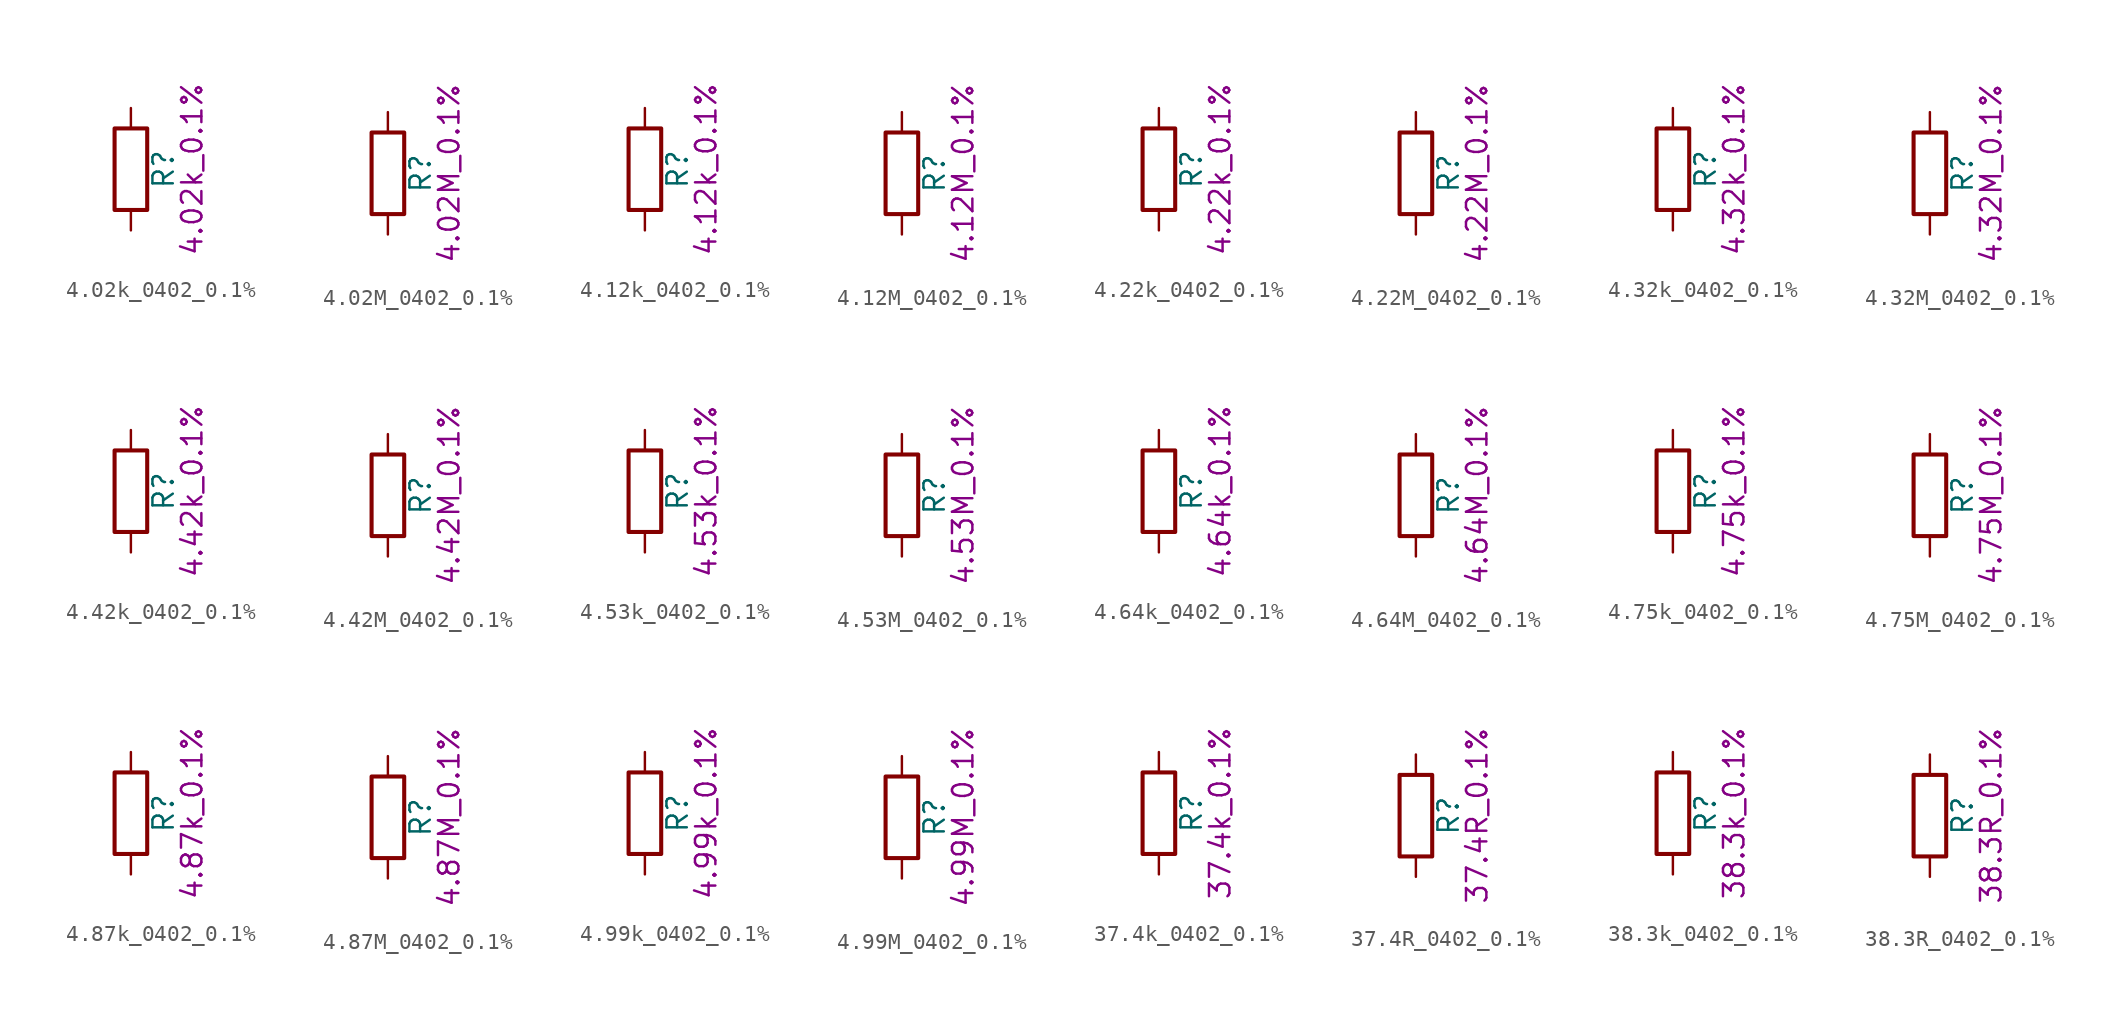
<source format=kicad_sym>
(kicad_symbol_lib
  (version 20211014)
  (generator kicad_symbol_editor)
  (symbol "4.02k_0402_0.1%"
    (pin_numbers hide)
    (pin_names
      (offset 0))
    (property "Reference" "R"
      (at 2.032 0 90)
      (effects (font (size 1.27 1.27))))
    (property "Display" "4.02k_0.1%"
      (at 3.81 0 90)
      (effects (font (size 1.27 1.27))))
    (symbol "4.02k_0402_0.1%_0_1"
      (rectangle (start -1.016 -2.54) (end 1.016 2.54) (stroke (width 0.254) (type default) (color 0 0 0 0)) (fill (type none))))
    (symbol "4.02k_0402_0.1%_1_1"
      (pin passive line (at 0 3.81 270) (length 1.27) (name "~" (effects (font (size 1.27 1.27)))) (number "1" (effects (font (size 1.27 1.27)))))
      (pin passive line (at 0 -3.81 90) (length 1.27) (name "~" (effects (font (size 1.27 1.27)))) (number "2" (effects (font (size 1.27 1.27)))))))
  (symbol "4.02M_0402_0.1%"
    (pin_numbers hide)
    (pin_names
      (offset 0))
    (property "Reference" "R"
      (at 2.032 0 90)
      (effects (font (size 1.27 1.27))))
    (property "Display" "4.02M_0.1%"
      (at 3.81 0 90)
      (effects (font (size 1.27 1.27))))
    (symbol "4.02M_0402_0.1%_0_1"
      (rectangle (start -1.016 -2.54) (end 1.016 2.54) (stroke (width 0.254) (type default) (color 0 0 0 0)) (fill (type none))))
    (symbol "4.02M_0402_0.1%_1_1"
      (pin passive line (at 0 3.81 270) (length 1.27) (name "~" (effects (font (size 1.27 1.27)))) (number "1" (effects (font (size 1.27 1.27)))))
      (pin passive line (at 0 -3.81 90) (length 1.27) (name "~" (effects (font (size 1.27 1.27)))) (number "2" (effects (font (size 1.27 1.27)))))))
  (symbol "4.12k_0402_0.1%"
    (pin_numbers hide)
    (pin_names
      (offset 0))
    (property "Reference" "R"
      (at 2.032 0 90)
      (effects (font (size 1.27 1.27))))
    (property "Display" "4.12k_0.1%"
      (at 3.81 0 90)
      (effects (font (size 1.27 1.27))))
    (symbol "4.12k_0402_0.1%_0_1"
      (rectangle (start -1.016 -2.54) (end 1.016 2.54) (stroke (width 0.254) (type default) (color 0 0 0 0)) (fill (type none))))
    (symbol "4.12k_0402_0.1%_1_1"
      (pin passive line (at 0 3.81 270) (length 1.27) (name "~" (effects (font (size 1.27 1.27)))) (number "1" (effects (font (size 1.27 1.27)))))
      (pin passive line (at 0 -3.81 90) (length 1.27) (name "~" (effects (font (size 1.27 1.27)))) (number "2" (effects (font (size 1.27 1.27)))))))
  (symbol "4.12M_0402_0.1%"
    (pin_numbers hide)
    (pin_names
      (offset 0))
    (property "Reference" "R"
      (at 2.032 0 90)
      (effects (font (size 1.27 1.27))))
    (property "Display" "4.12M_0.1%"
      (at 3.81 0 90)
      (effects (font (size 1.27 1.27))))
    (symbol "4.12M_0402_0.1%_0_1"
      (rectangle (start -1.016 -2.54) (end 1.016 2.54) (stroke (width 0.254) (type default) (color 0 0 0 0)) (fill (type none))))
    (symbol "4.12M_0402_0.1%_1_1"
      (pin passive line (at 0 3.81 270) (length 1.27) (name "~" (effects (font (size 1.27 1.27)))) (number "1" (effects (font (size 1.27 1.27)))))
      (pin passive line (at 0 -3.81 90) (length 1.27) (name "~" (effects (font (size 1.27 1.27)))) (number "2" (effects (font (size 1.27 1.27)))))))
  (symbol "4.22k_0402_0.1%"
    (pin_numbers hide)
    (pin_names
      (offset 0))
    (property "Reference" "R"
      (at 2.032 0 90)
      (effects (font (size 1.27 1.27))))
    (property "Display" "4.22k_0.1%"
      (at 3.81 0 90)
      (effects (font (size 1.27 1.27))))
    (symbol "4.22k_0402_0.1%_0_1"
      (rectangle (start -1.016 -2.54) (end 1.016 2.54) (stroke (width 0.254) (type default) (color 0 0 0 0)) (fill (type none))))
    (symbol "4.22k_0402_0.1%_1_1"
      (pin passive line (at 0 3.81 270) (length 1.27) (name "~" (effects (font (size 1.27 1.27)))) (number "1" (effects (font (size 1.27 1.27)))))
      (pin passive line (at 0 -3.81 90) (length 1.27) (name "~" (effects (font (size 1.27 1.27)))) (number "2" (effects (font (size 1.27 1.27)))))))
  (symbol "4.22M_0402_0.1%"
    (pin_numbers hide)
    (pin_names
      (offset 0))
    (property "Reference" "R"
      (at 2.032 0 90)
      (effects (font (size 1.27 1.27))))
    (property "Display" "4.22M_0.1%"
      (at 3.81 0 90)
      (effects (font (size 1.27 1.27))))
    (symbol "4.22M_0402_0.1%_0_1"
      (rectangle (start -1.016 -2.54) (end 1.016 2.54) (stroke (width 0.254) (type default) (color 0 0 0 0)) (fill (type none))))
    (symbol "4.22M_0402_0.1%_1_1"
      (pin passive line (at 0 3.81 270) (length 1.27) (name "~" (effects (font (size 1.27 1.27)))) (number "1" (effects (font (size 1.27 1.27)))))
      (pin passive line (at 0 -3.81 90) (length 1.27) (name "~" (effects (font (size 1.27 1.27)))) (number "2" (effects (font (size 1.27 1.27)))))))
  (symbol "4.32k_0402_0.1%"
    (pin_numbers hide)
    (pin_names
      (offset 0))
    (property "Reference" "R"
      (at 2.032 0 90)
      (effects (font (size 1.27 1.27))))
    (property "Display" "4.32k_0.1%"
      (at 3.81 0 90)
      (effects (font (size 1.27 1.27))))
    (symbol "4.32k_0402_0.1%_0_1"
      (rectangle (start -1.016 -2.54) (end 1.016 2.54) (stroke (width 0.254) (type default) (color 0 0 0 0)) (fill (type none))))
    (symbol "4.32k_0402_0.1%_1_1"
      (pin passive line (at 0 3.81 270) (length 1.27) (name "~" (effects (font (size 1.27 1.27)))) (number "1" (effects (font (size 1.27 1.27)))))
      (pin passive line (at 0 -3.81 90) (length 1.27) (name "~" (effects (font (size 1.27 1.27)))) (number "2" (effects (font (size 1.27 1.27)))))))
  (symbol "4.32M_0402_0.1%"
    (pin_numbers hide)
    (pin_names
      (offset 0))
    (property "Reference" "R"
      (at 2.032 0 90)
      (effects (font (size 1.27 1.27))))
    (property "Display" "4.32M_0.1%"
      (at 3.81 0 90)
      (effects (font (size 1.27 1.27))))
    (symbol "4.32M_0402_0.1%_0_1"
      (rectangle (start -1.016 -2.54) (end 1.016 2.54) (stroke (width 0.254) (type default) (color 0 0 0 0)) (fill (type none))))
    (symbol "4.32M_0402_0.1%_1_1"
      (pin passive line (at 0 3.81 270) (length 1.27) (name "~" (effects (font (size 1.27 1.27)))) (number "1" (effects (font (size 1.27 1.27)))))
      (pin passive line (at 0 -3.81 90) (length 1.27) (name "~" (effects (font (size 1.27 1.27)))) (number "2" (effects (font (size 1.27 1.27)))))))
  (symbol "4.42k_0402_0.1%"
    (pin_numbers hide)
    (pin_names
      (offset 0))
    (property "Reference" "R"
      (at 2.032 0 90)
      (effects (font (size 1.27 1.27))))
    (property "Display" "4.42k_0.1%"
      (at 3.81 0 90)
      (effects (font (size 1.27 1.27))))
    (symbol "4.42k_0402_0.1%_0_1"
      (rectangle (start -1.016 -2.54) (end 1.016 2.54) (stroke (width 0.254) (type default) (color 0 0 0 0)) (fill (type none))))
    (symbol "4.42k_0402_0.1%_1_1"
      (pin passive line (at 0 3.81 270) (length 1.27) (name "~" (effects (font (size 1.27 1.27)))) (number "1" (effects (font (size 1.27 1.27)))))
      (pin passive line (at 0 -3.81 90) (length 1.27) (name "~" (effects (font (size 1.27 1.27)))) (number "2" (effects (font (size 1.27 1.27)))))))
  (symbol "4.42M_0402_0.1%"
    (pin_numbers hide)
    (pin_names
      (offset 0))
    (property "Reference" "R"
      (at 2.032 0 90)
      (effects (font (size 1.27 1.27))))
    (property "Display" "4.42M_0.1%"
      (at 3.81 0 90)
      (effects (font (size 1.27 1.27))))
    (symbol "4.42M_0402_0.1%_0_1"
      (rectangle (start -1.016 -2.54) (end 1.016 2.54) (stroke (width 0.254) (type default) (color 0 0 0 0)) (fill (type none))))
    (symbol "4.42M_0402_0.1%_1_1"
      (pin passive line (at 0 3.81 270) (length 1.27) (name "~" (effects (font (size 1.27 1.27)))) (number "1" (effects (font (size 1.27 1.27)))))
      (pin passive line (at 0 -3.81 90) (length 1.27) (name "~" (effects (font (size 1.27 1.27)))) (number "2" (effects (font (size 1.27 1.27)))))))
  (symbol "4.53k_0402_0.1%"
    (pin_numbers hide)
    (pin_names
      (offset 0))
    (property "Reference" "R"
      (at 2.032 0 90)
      (effects (font (size 1.27 1.27))))
    (property "Display" "4.53k_0.1%"
      (at 3.81 0 90)
      (effects (font (size 1.27 1.27))))
    (symbol "4.53k_0402_0.1%_0_1"
      (rectangle (start -1.016 -2.54) (end 1.016 2.54) (stroke (width 0.254) (type default) (color 0 0 0 0)) (fill (type none))))
    (symbol "4.53k_0402_0.1%_1_1"
      (pin passive line (at 0 3.81 270) (length 1.27) (name "~" (effects (font (size 1.27 1.27)))) (number "1" (effects (font (size 1.27 1.27)))))
      (pin passive line (at 0 -3.81 90) (length 1.27) (name "~" (effects (font (size 1.27 1.27)))) (number "2" (effects (font (size 1.27 1.27)))))))
  (symbol "4.53M_0402_0.1%"
    (pin_numbers hide)
    (pin_names
      (offset 0))
    (property "Reference" "R"
      (at 2.032 0 90)
      (effects (font (size 1.27 1.27))))
    (property "Display" "4.53M_0.1%"
      (at 3.81 0 90)
      (effects (font (size 1.27 1.27))))
    (symbol "4.53M_0402_0.1%_0_1"
      (rectangle (start -1.016 -2.54) (end 1.016 2.54) (stroke (width 0.254) (type default) (color 0 0 0 0)) (fill (type none))))
    (symbol "4.53M_0402_0.1%_1_1"
      (pin passive line (at 0 3.81 270) (length 1.27) (name "~" (effects (font (size 1.27 1.27)))) (number "1" (effects (font (size 1.27 1.27)))))
      (pin passive line (at 0 -3.81 90) (length 1.27) (name "~" (effects (font (size 1.27 1.27)))) (number "2" (effects (font (size 1.27 1.27)))))))
  (symbol "4.64k_0402_0.1%"
    (pin_numbers hide)
    (pin_names
      (offset 0))
    (property "Reference" "R"
      (at 2.032 0 90)
      (effects (font (size 1.27 1.27))))
    (property "Display" "4.64k_0.1%"
      (at 3.81 0 90)
      (effects (font (size 1.27 1.27))))
    (symbol "4.64k_0402_0.1%_0_1"
      (rectangle (start -1.016 -2.54) (end 1.016 2.54) (stroke (width 0.254) (type default) (color 0 0 0 0)) (fill (type none))))
    (symbol "4.64k_0402_0.1%_1_1"
      (pin passive line (at 0 3.81 270) (length 1.27) (name "~" (effects (font (size 1.27 1.27)))) (number "1" (effects (font (size 1.27 1.27)))))
      (pin passive line (at 0 -3.81 90) (length 1.27) (name "~" (effects (font (size 1.27 1.27)))) (number "2" (effects (font (size 1.27 1.27)))))))
  (symbol "4.64M_0402_0.1%"
    (pin_numbers hide)
    (pin_names
      (offset 0))
    (property "Reference" "R"
      (at 2.032 0 90)
      (effects (font (size 1.27 1.27))))
    (property "Display" "4.64M_0.1%"
      (at 3.81 0 90)
      (effects (font (size 1.27 1.27))))
    (symbol "4.64M_0402_0.1%_0_1"
      (rectangle (start -1.016 -2.54) (end 1.016 2.54) (stroke (width 0.254) (type default) (color 0 0 0 0)) (fill (type none))))
    (symbol "4.64M_0402_0.1%_1_1"
      (pin passive line (at 0 3.81 270) (length 1.27) (name "~" (effects (font (size 1.27 1.27)))) (number "1" (effects (font (size 1.27 1.27)))))
      (pin passive line (at 0 -3.81 90) (length 1.27) (name "~" (effects (font (size 1.27 1.27)))) (number "2" (effects (font (size 1.27 1.27)))))))
  (symbol "4.75k_0402_0.1%"
    (pin_numbers hide)
    (pin_names
      (offset 0))
    (property "Reference" "R"
      (at 2.032 0 90)
      (effects (font (size 1.27 1.27))))
    (property "Display" "4.75k_0.1%"
      (at 3.81 0 90)
      (effects (font (size 1.27 1.27))))
    (symbol "4.75k_0402_0.1%_0_1"
      (rectangle (start -1.016 -2.54) (end 1.016 2.54) (stroke (width 0.254) (type default) (color 0 0 0 0)) (fill (type none))))
    (symbol "4.75k_0402_0.1%_1_1"
      (pin passive line (at 0 3.81 270) (length 1.27) (name "~" (effects (font (size 1.27 1.27)))) (number "1" (effects (font (size 1.27 1.27)))))
      (pin passive line (at 0 -3.81 90) (length 1.27) (name "~" (effects (font (size 1.27 1.27)))) (number "2" (effects (font (size 1.27 1.27)))))))
  (symbol "4.75M_0402_0.1%"
    (pin_numbers hide)
    (pin_names
      (offset 0))
    (property "Reference" "R"
      (at 2.032 0 90)
      (effects (font (size 1.27 1.27))))
    (property "Display" "4.75M_0.1%"
      (at 3.81 0 90)
      (effects (font (size 1.27 1.27))))
    (symbol "4.75M_0402_0.1%_0_1"
      (rectangle (start -1.016 -2.54) (end 1.016 2.54) (stroke (width 0.254) (type default) (color 0 0 0 0)) (fill (type none))))
    (symbol "4.75M_0402_0.1%_1_1"
      (pin passive line (at 0 3.81 270) (length 1.27) (name "~" (effects (font (size 1.27 1.27)))) (number "1" (effects (font (size 1.27 1.27)))))
      (pin passive line (at 0 -3.81 90) (length 1.27) (name "~" (effects (font (size 1.27 1.27)))) (number "2" (effects (font (size 1.27 1.27)))))))
  (symbol "4.87k_0402_0.1%"
    (pin_numbers hide)
    (pin_names
      (offset 0))
    (property "Reference" "R"
      (at 2.032 0 90)
      (effects (font (size 1.27 1.27))))
    (property "Display" "4.87k_0.1%"
      (at 3.81 0 90)
      (effects (font (size 1.27 1.27))))
    (symbol "4.87k_0402_0.1%_0_1"
      (rectangle (start -1.016 -2.54) (end 1.016 2.54) (stroke (width 0.254) (type default) (color 0 0 0 0)) (fill (type none))))
    (symbol "4.87k_0402_0.1%_1_1"
      (pin passive line (at 0 3.81 270) (length 1.27) (name "~" (effects (font (size 1.27 1.27)))) (number "1" (effects (font (size 1.27 1.27)))))
      (pin passive line (at 0 -3.81 90) (length 1.27) (name "~" (effects (font (size 1.27 1.27)))) (number "2" (effects (font (size 1.27 1.27)))))))
  (symbol "4.87M_0402_0.1%"
    (pin_numbers hide)
    (pin_names
      (offset 0))
    (property "Reference" "R"
      (at 2.032 0 90)
      (effects (font (size 1.27 1.27))))
    (property "Display" "4.87M_0.1%"
      (at 3.81 0 90)
      (effects (font (size 1.27 1.27))))
    (symbol "4.87M_0402_0.1%_0_1"
      (rectangle (start -1.016 -2.54) (end 1.016 2.54) (stroke (width 0.254) (type default) (color 0 0 0 0)) (fill (type none))))
    (symbol "4.87M_0402_0.1%_1_1"
      (pin passive line (at 0 3.81 270) (length 1.27) (name "~" (effects (font (size 1.27 1.27)))) (number "1" (effects (font (size 1.27 1.27)))))
      (pin passive line (at 0 -3.81 90) (length 1.27) (name "~" (effects (font (size 1.27 1.27)))) (number "2" (effects (font (size 1.27 1.27)))))))
  (symbol "4.99k_0402_0.1%"
    (pin_numbers hide)
    (pin_names
      (offset 0))
    (property "Reference" "R"
      (at 2.032 0 90)
      (effects (font (size 1.27 1.27))))
    (property "Display" "4.99k_0.1%"
      (at 3.81 0 90)
      (effects (font (size 1.27 1.27))))
    (symbol "4.99k_0402_0.1%_0_1"
      (rectangle (start -1.016 -2.54) (end 1.016 2.54) (stroke (width 0.254) (type default) (color 0 0 0 0)) (fill (type none))))
    (symbol "4.99k_0402_0.1%_1_1"
      (pin passive line (at 0 3.81 270) (length 1.27) (name "~" (effects (font (size 1.27 1.27)))) (number "1" (effects (font (size 1.27 1.27)))))
      (pin passive line (at 0 -3.81 90) (length 1.27) (name "~" (effects (font (size 1.27 1.27)))) (number "2" (effects (font (size 1.27 1.27)))))))
  (symbol "4.99M_0402_0.1%"
    (pin_numbers hide)
    (pin_names
      (offset 0))
    (property "Reference" "R"
      (at 2.032 0 90)
      (effects (font (size 1.27 1.27))))
    (property "Display" "4.99M_0.1%"
      (at 3.81 0 90)
      (effects (font (size 1.27 1.27))))
    (symbol "4.99M_0402_0.1%_0_1"
      (rectangle (start -1.016 -2.54) (end 1.016 2.54) (stroke (width 0.254) (type default) (color 0 0 0 0)) (fill (type none))))
    (symbol "4.99M_0402_0.1%_1_1"
      (pin passive line (at 0 3.81 270) (length 1.27) (name "~" (effects (font (size 1.27 1.27)))) (number "1" (effects (font (size 1.27 1.27)))))
      (pin passive line (at 0 -3.81 90) (length 1.27) (name "~" (effects (font (size 1.27 1.27)))) (number "2" (effects (font (size 1.27 1.27)))))))
  (symbol "37.4k_0402_0.1%"
    (pin_numbers hide)
    (pin_names
      (offset 0))
    (property "Reference" "R"
      (at 2.032 0 90)
      (effects (font (size 1.27 1.27))))
    (property "Display" "37.4k_0.1%"
      (at 3.81 0 90)
      (effects (font (size 1.27 1.27))))
    (symbol "37.4k_0402_0.1%_0_1"
      (rectangle (start -1.016 -2.54) (end 1.016 2.54) (stroke (width 0.254) (type default) (color 0 0 0 0)) (fill (type none))))
    (symbol "37.4k_0402_0.1%_1_1"
      (pin passive line (at 0 3.81 270) (length 1.27) (name "~" (effects (font (size 1.27 1.27)))) (number "1" (effects (font (size 1.27 1.27)))))
      (pin passive line (at 0 -3.81 90) (length 1.27) (name "~" (effects (font (size 1.27 1.27)))) (number "2" (effects (font (size 1.27 1.27)))))))
  (symbol "37.4R_0402_0.1%"
    (pin_numbers hide)
    (pin_names
      (offset 0))
    (property "Reference" "R"
      (at 2.032 0 90)
      (effects (font (size 1.27 1.27))))
    (property "Display" "37.4R_0.1%"
      (at 3.81 0 90)
      (effects (font (size 1.27 1.27))))
    (symbol "37.4R_0402_0.1%_0_1"
      (rectangle (start -1.016 -2.54) (end 1.016 2.54) (stroke (width 0.254) (type default) (color 0 0 0 0)) (fill (type none))))
    (symbol "37.4R_0402_0.1%_1_1"
      (pin passive line (at 0 3.81 270) (length 1.27) (name "~" (effects (font (size 1.27 1.27)))) (number "1" (effects (font (size 1.27 1.27)))))
      (pin passive line (at 0 -3.81 90) (length 1.27) (name "~" (effects (font (size 1.27 1.27)))) (number "2" (effects (font (size 1.27 1.27)))))))
  (symbol "38.3k_0402_0.1%"
    (pin_numbers hide)
    (pin_names
      (offset 0))
    (property "Reference" "R"
      (at 2.032 0 90)
      (effects (font (size 1.27 1.27))))
    (property "Display" "38.3k_0.1%"
      (at 3.81 0 90)
      (effects (font (size 1.27 1.27))))
    (symbol "38.3k_0402_0.1%_0_1"
      (rectangle (start -1.016 -2.54) (end 1.016 2.54) (stroke (width 0.254) (type default) (color 0 0 0 0)) (fill (type none))))
    (symbol "38.3k_0402_0.1%_1_1"
      (pin passive line (at 0 3.81 270) (length 1.27) (name "~" (effects (font (size 1.27 1.27)))) (number "1" (effects (font (size 1.27 1.27)))))
      (pin passive line (at 0 -3.81 90) (length 1.27) (name "~" (effects (font (size 1.27 1.27)))) (number "2" (effects (font (size 1.27 1.27)))))))
  (symbol "38.3R_0402_0.1%"
    (pin_numbers hide)
    (pin_names
      (offset 0))
    (property "Reference" "R"
      (at 2.032 0 90)
      (effects (font (size 1.27 1.27))))
    (property "Display" "38.3R_0.1%"
      (at 3.81 0 90)
      (effects (font (size 1.27 1.27))))
    (symbol "38.3R_0402_0.1%_0_1"
      (rectangle (start -1.016 -2.54) (end 1.016 2.54) (stroke (width 0.254) (type default) (color 0 0 0 0)) (fill (type none))))
    (symbol "38.3R_0402_0.1%_1_1"
      (pin passive line (at 0 3.81 270) (length 1.27) (name "~" (effects (font (size 1.27 1.27)))) (number "1" (effects (font (size 1.27 1.27)))))
      (pin passive line (at 0 -3.81 90) (length 1.27) (name "~" (effects (font (size 1.27 1.27)))) (number "2" (effects (font (size 1.27 1.27))))))))
</source>
